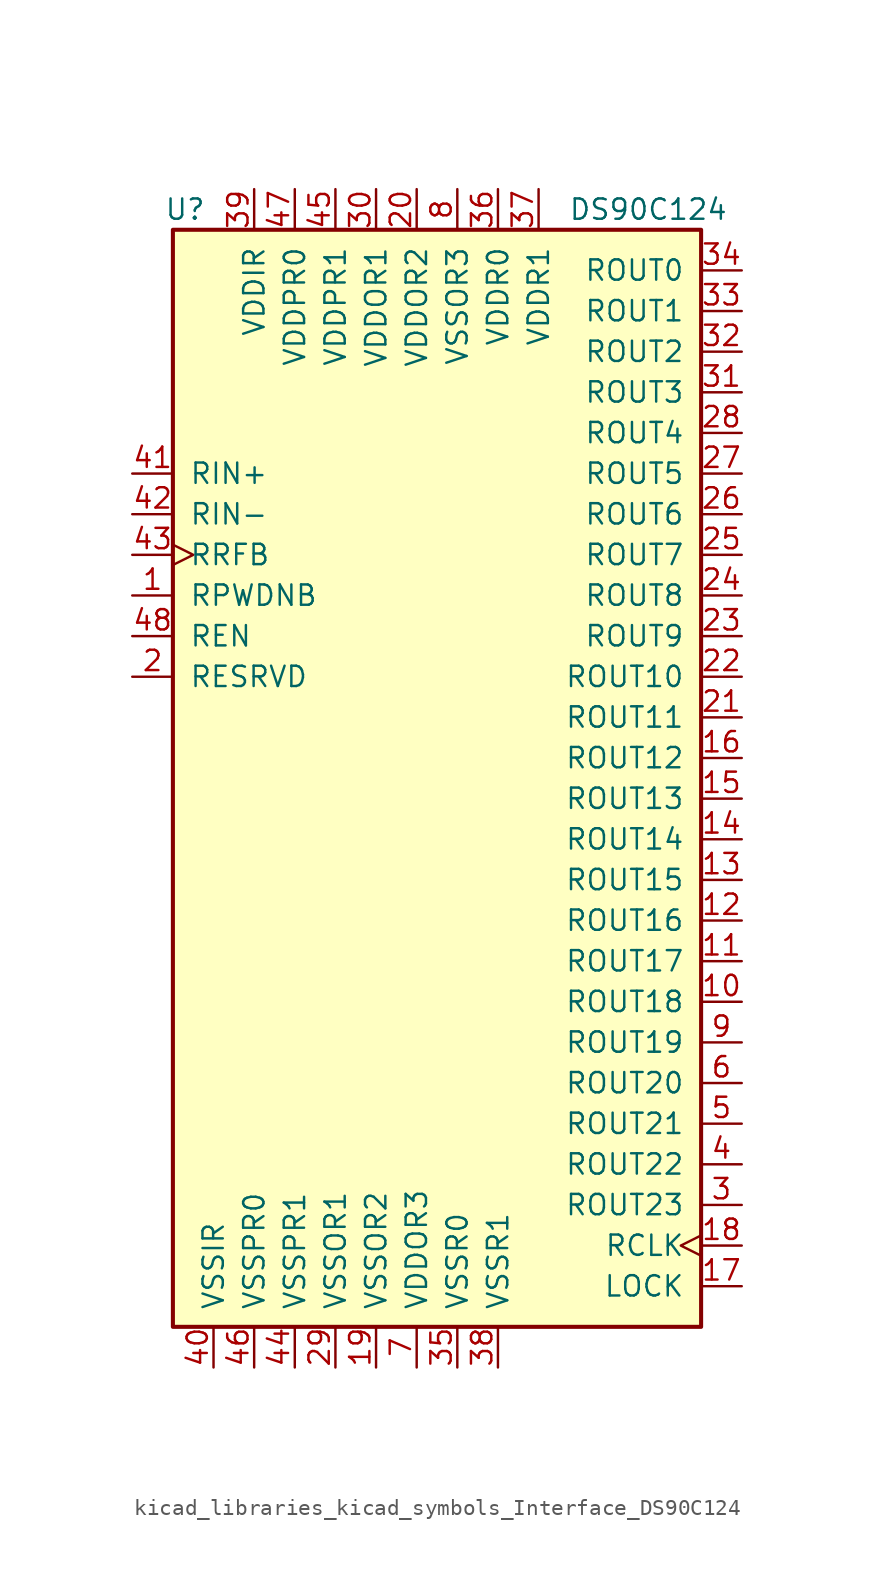
<source format=kicad_sym>
(kicad_symbol_lib
  (version 20220914)
  (generator kicad_symbol_editor)
  (symbol "kicad_libraries_kicad_symbols_Interface_DS90C124"
    (pin_names
      (offset 1.016))
    (property "Reference" "U"
      (at -14.478 34.29 0)
      (effects (font (size 1.27 1.27))))
    (property "Value" "DS90C124"
      (at 14.478 34.29 0)
      (effects (font (size 1.27 1.27))))
    (symbol "kicad_libraries_kicad_symbols_Interface_DS90C124_0_1"
      (rectangle (start -15.24 33.02) (end 17.78 -35.56) (stroke (width 0.254) (type default)) (fill (type background))))
    (symbol "kicad_libraries_kicad_symbols_Interface_DS90C124_1_1"
      (pin input line (at -17.78 10.16 0) (length 2.54) (name "RPWDNB" (effects (font (size 1.27 1.27)))) (number "1" (effects (font (size 1.27 1.27)))))
      (pin output line (at 20.32 -15.24 180) (length 2.54) (name "ROUT18" (effects (font (size 1.27 1.27)))) (number "10" (effects (font (size 1.27 1.27)))))
      (pin output line (at 20.32 -12.7 180) (length 2.54) (name "ROUT17" (effects (font (size 1.27 1.27)))) (number "11" (effects (font (size 1.27 1.27)))))
      (pin output line (at 20.32 -10.16 180) (length 2.54) (name "ROUT16" (effects (font (size 1.27 1.27)))) (number "12" (effects (font (size 1.27 1.27)))))
      (pin output line (at 20.32 -7.62 180) (length 2.54) (name "ROUT15" (effects (font (size 1.27 1.27)))) (number "13" (effects (font (size 1.27 1.27)))))
      (pin output line (at 20.32 -5.08 180) (length 2.54) (name "ROUT14" (effects (font (size 1.27 1.27)))) (number "14" (effects (font (size 1.27 1.27)))))
      (pin output line (at 20.32 -2.54 180) (length 2.54) (name "ROUT13" (effects (font (size 1.27 1.27)))) (number "15" (effects (font (size 1.27 1.27)))))
      (pin output line (at 20.32 0 180) (length 2.54) (name "ROUT12" (effects (font (size 1.27 1.27)))) (number "16" (effects (font (size 1.27 1.27)))))
      (pin output line (at 20.32 -33.02 180) (length 2.54) (name "LOCK" (effects (font (size 1.27 1.27)))) (number "17" (effects (font (size 1.27 1.27)))))
      (pin output clock (at 20.32 -30.48 180) (length 2.54) (name "RCLK" (effects (font (size 1.27 1.27)))) (number "18" (effects (font (size 1.27 1.27)))))
      (pin power_in line (at -2.54 -38.1 90) (length 2.54) (name "VSSOR2" (effects (font (size 1.27 1.27)))) (number "19" (effects (font (size 1.27 1.27)))))
      (pin input line (at -17.78 5.08 0) (length 2.54) (name "RESRVD" (effects (font (size 1.27 1.27)))) (number "2" (effects (font (size 1.27 1.27)))))
      (pin power_in line (at 0 35.56 270) (length 2.54) (name "VDDOR2" (effects (font (size 1.27 1.27)))) (number "20" (effects (font (size 1.27 1.27)))))
      (pin output line (at 20.32 2.54 180) (length 2.54) (name "ROUT11" (effects (font (size 1.27 1.27)))) (number "21" (effects (font (size 1.27 1.27)))))
      (pin output line (at 20.32 5.08 180) (length 2.54) (name "ROUT10" (effects (font (size 1.27 1.27)))) (number "22" (effects (font (size 1.27 1.27)))))
      (pin output line (at 20.32 7.62 180) (length 2.54) (name "ROUT9" (effects (font (size 1.27 1.27)))) (number "23" (effects (font (size 1.27 1.27)))))
      (pin output line (at 20.32 10.16 180) (length 2.54) (name "ROUT8" (effects (font (size 1.27 1.27)))) (number "24" (effects (font (size 1.27 1.27)))))
      (pin output line (at 20.32 12.7 180) (length 2.54) (name "ROUT7" (effects (font (size 1.27 1.27)))) (number "25" (effects (font (size 1.27 1.27)))))
      (pin output line (at 20.32 15.24 180) (length 2.54) (name "ROUT6" (effects (font (size 1.27 1.27)))) (number "26" (effects (font (size 1.27 1.27)))))
      (pin output line (at 20.32 17.78 180) (length 2.54) (name "ROUT5" (effects (font (size 1.27 1.27)))) (number "27" (effects (font (size 1.27 1.27)))))
      (pin output line (at 20.32 20.32 180) (length 2.54) (name "ROUT4" (effects (font (size 1.27 1.27)))) (number "28" (effects (font (size 1.27 1.27)))))
      (pin power_in line (at -5.08 -38.1 90) (length 2.54) (name "VSSOR1" (effects (font (size 1.27 1.27)))) (number "29" (effects (font (size 1.27 1.27)))))
      (pin output line (at 20.32 -27.94 180) (length 2.54) (name "ROUT23" (effects (font (size 1.27 1.27)))) (number "3" (effects (font (size 1.27 1.27)))))
      (pin power_in line (at -2.54 35.56 270) (length 2.54) (name "VDDOR1" (effects (font (size 1.27 1.27)))) (number "30" (effects (font (size 1.27 1.27)))))
      (pin output line (at 20.32 22.86 180) (length 2.54) (name "ROUT3" (effects (font (size 1.27 1.27)))) (number "31" (effects (font (size 1.27 1.27)))))
      (pin output line (at 20.32 25.4 180) (length 2.54) (name "ROUT2" (effects (font (size 1.27 1.27)))) (number "32" (effects (font (size 1.27 1.27)))))
      (pin output line (at 20.32 27.94 180) (length 2.54) (name "ROUT1" (effects (font (size 1.27 1.27)))) (number "33" (effects (font (size 1.27 1.27)))))
      (pin output line (at 20.32 30.48 180) (length 2.54) (name "ROUT0" (effects (font (size 1.27 1.27)))) (number "34" (effects (font (size 1.27 1.27)))))
      (pin power_in line (at 2.54 -38.1 90) (length 2.54) (name "VSSR0" (effects (font (size 1.27 1.27)))) (number "35" (effects (font (size 1.27 1.27)))))
      (pin power_in line (at 5.08 35.56 270) (length 2.54) (name "VDDR0" (effects (font (size 1.27 1.27)))) (number "36" (effects (font (size 1.27 1.27)))))
      (pin power_in line (at 7.62 35.56 270) (length 2.54) (name "VDDR1" (effects (font (size 1.27 1.27)))) (number "37" (effects (font (size 1.27 1.27)))))
      (pin power_in line (at 5.08 -38.1 90) (length 2.54) (name "VSSR1" (effects (font (size 1.27 1.27)))) (number "38" (effects (font (size 1.27 1.27)))))
      (pin power_in line (at -10.16 35.56 270) (length 2.54) (name "VDDIR" (effects (font (size 1.27 1.27)))) (number "39" (effects (font (size 1.27 1.27)))))
      (pin output line (at 20.32 -25.4 180) (length 2.54) (name "ROUT22" (effects (font (size 1.27 1.27)))) (number "4" (effects (font (size 1.27 1.27)))))
      (pin power_in line (at -12.7 -38.1 90) (length 2.54) (name "VSSIR" (effects (font (size 1.27 1.27)))) (number "40" (effects (font (size 1.27 1.27)))))
      (pin input line (at -17.78 17.78 0) (length 2.54) (name "RIN+" (effects (font (size 1.27 1.27)))) (number "41" (effects (font (size 1.27 1.27)))))
      (pin input line (at -17.78 15.24 0) (length 2.54) (name "RIN-" (effects (font (size 1.27 1.27)))) (number "42" (effects (font (size 1.27 1.27)))))
      (pin input clock (at -17.78 12.7 0) (length 2.54) (name "RRFB" (effects (font (size 1.27 1.27)))) (number "43" (effects (font (size 1.27 1.27)))))
      (pin power_in line (at -7.62 -38.1 90) (length 2.54) (name "VSSPR1" (effects (font (size 1.27 1.27)))) (number "44" (effects (font (size 1.27 1.27)))))
      (pin power_in line (at -5.08 35.56 270) (length 2.54) (name "VDDPR1" (effects (font (size 1.27 1.27)))) (number "45" (effects (font (size 1.27 1.27)))))
      (pin power_in line (at -10.16 -38.1 90) (length 2.54) (name "VSSPR0" (effects (font (size 1.27 1.27)))) (number "46" (effects (font (size 1.27 1.27)))))
      (pin power_in line (at -7.62 35.56 270) (length 2.54) (name "VDDPR0" (effects (font (size 1.27 1.27)))) (number "47" (effects (font (size 1.27 1.27)))))
      (pin input line (at -17.78 7.62 0) (length 2.54) (name "REN" (effects (font (size 1.27 1.27)))) (number "48" (effects (font (size 1.27 1.27)))))
      (pin output line (at 20.32 -22.86 180) (length 2.54) (name "ROUT21" (effects (font (size 1.27 1.27)))) (number "5" (effects (font (size 1.27 1.27)))))
      (pin output line (at 20.32 -20.32 180) (length 2.54) (name "ROUT20" (effects (font (size 1.27 1.27)))) (number "6" (effects (font (size 1.27 1.27)))))
      (pin power_in line (at 0 -38.1 90) (length 2.54) (name "VDDOR3" (effects (font (size 1.27 1.27)))) (number "7" (effects (font (size 1.27 1.27)))))
      (pin power_in line (at 2.54 35.56 270) (length 2.54) (name "VSSOR3" (effects (font (size 1.27 1.27)))) (number "8" (effects (font (size 1.27 1.27)))))
      (pin output line (at 20.32 -17.78 180) (length 2.54) (name "ROUT19" (effects (font (size 1.27 1.27)))) (number "9" (effects (font (size 1.27 1.27))))))))
</source>
